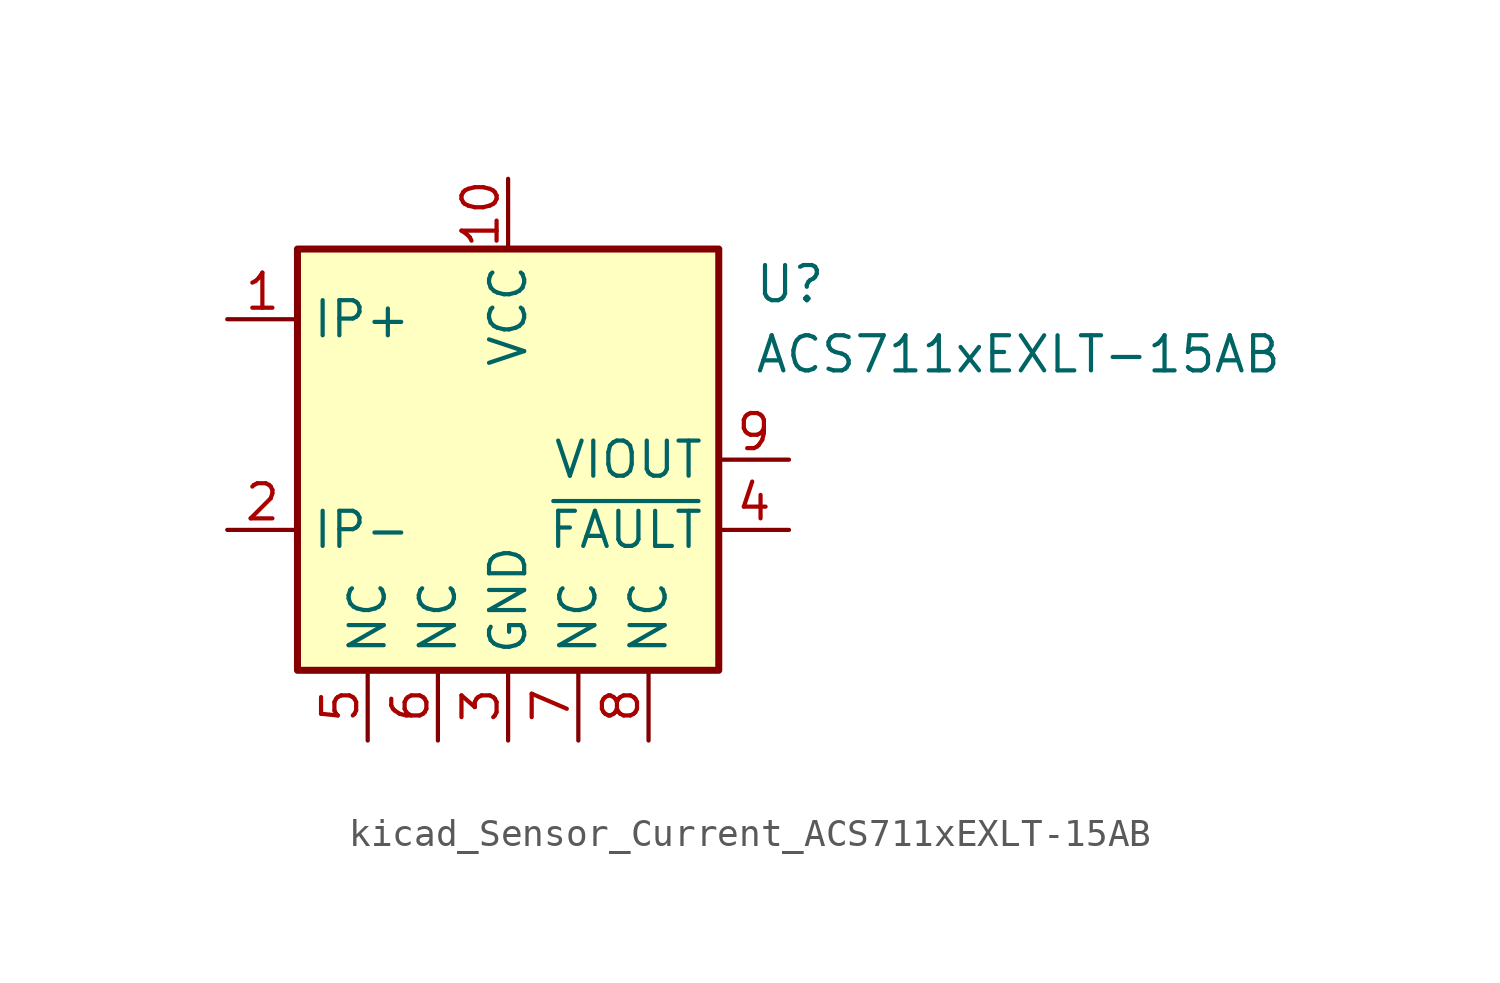
<source format=kicad_sym>
(kicad_symbol_lib
  (version 20220914)
  (generator kicad_symbol_editor)
  (symbol "kicad_Sensor_Current_ACS711xEXLT-15AB"
    (property "Reference" "U"
      (at 8.89 6.35 0)
      (effects (font (size 1.27 1.27)) (justify left)))
    (property "Value" "ACS711xEXLT-15AB"
      (at 8.89 3.81 0)
      (effects (font (size 1.27 1.27)) (justify left)))
    (symbol "kicad_Sensor_Current_ACS711xEXLT-15AB_0_1"
      (rectangle (start -7.62 7.62) (end 7.62 -7.62) (stroke (width 0.254) (type default)) (fill (type background))))
    (symbol "kicad_Sensor_Current_ACS711xEXLT-15AB_1_1"
      (pin passive line (at -10.16 5.08 0) (length 2.54) (name "IP+" (effects (font (size 1.27 1.27)))) (number "1" (effects (font (size 1.27 1.27)))))
      (pin power_in line (at 0 10.16 270) (length 2.54) (name "VCC" (effects (font (size 1.27 1.27)))) (number "10" (effects (font (size 1.27 1.27)))))
      (pin passive line (at -10.16 -2.54 0) (length 2.54) (name "IP-" (effects (font (size 1.27 1.27)))) (number "2" (effects (font (size 1.27 1.27)))))
      (pin power_in line (at 0 -10.16 90) (length 2.54) (name "GND" (effects (font (size 1.27 1.27)))) (number "3" (effects (font (size 1.27 1.27)))))
      (pin output line (at 10.16 -2.54 180) (length 2.54) (name "~{FAULT}" (effects (font (size 1.27 1.27)))) (number "4" (effects (font (size 1.27 1.27)))))
      (pin passive line (at -5.08 -10.16 90) (length 2.54) (name "NC" (effects (font (size 1.27 1.27)))) (number "5" (effects (font (size 1.27 1.27)))))
      (pin passive line (at -2.54 -10.16 90) (length 2.54) (name "NC" (effects (font (size 1.27 1.27)))) (number "6" (effects (font (size 1.27 1.27)))))
      (pin passive line (at 2.54 -10.16 90) (length 2.54) (name "NC" (effects (font (size 1.27 1.27)))) (number "7" (effects (font (size 1.27 1.27)))))
      (pin passive line (at 5.08 -10.16 90) (length 2.54) (name "NC" (effects (font (size 1.27 1.27)))) (number "8" (effects (font (size 1.27 1.27)))))
      (pin output line (at 10.16 0 180) (length 2.54) (name "VIOUT" (effects (font (size 1.27 1.27)))) (number "9" (effects (font (size 1.27 1.27))))))))
</source>
